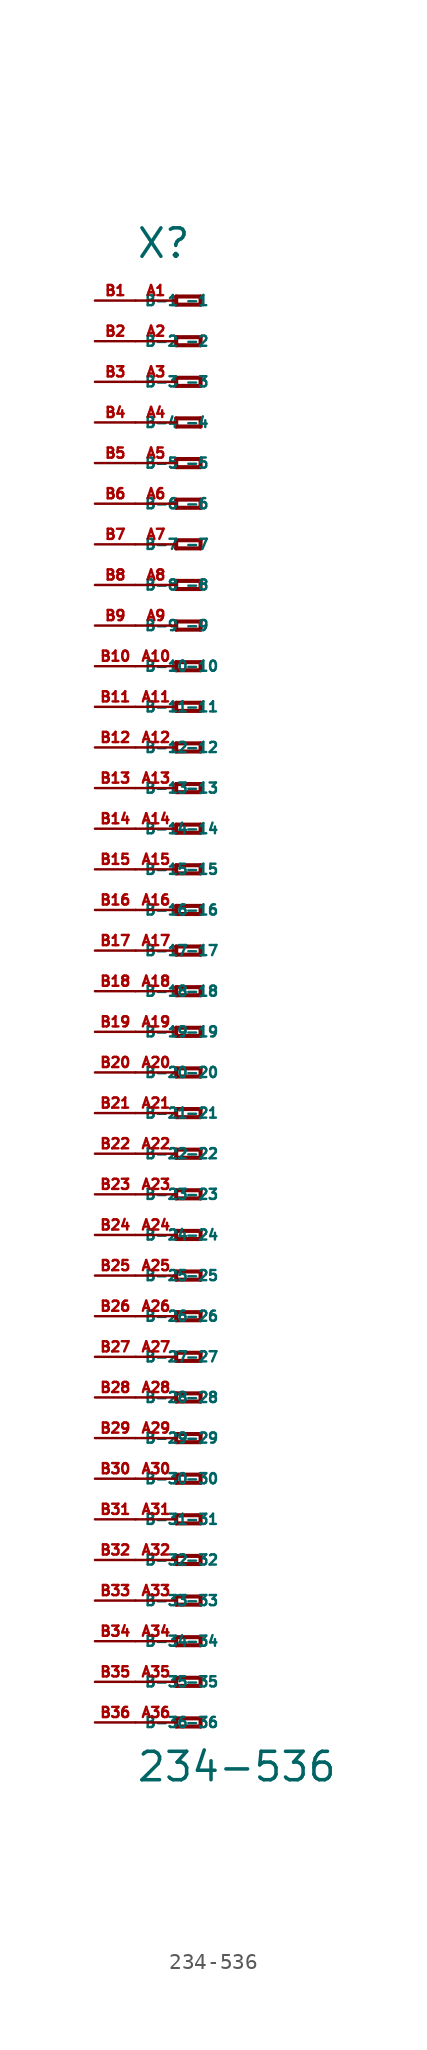
<source format=kicad_sym>
(kicad_symbol_lib
  (version 20220914)
  (generator Eagle2Kicad)
  (symbol "234-536"
    (property "Reference" "X"
      (at -5.08 45.72 0)
      (effects (font (size 1.778 1.778) (thickness 0.22)) (justify left bottom)))
    (property "Value" "234-536"
      (at -5.08 -49.53 0)
      (effects (font (size 1.778 1.778) (thickness 0.22)) (justify left bottom)))
    (polyline
      (pts (xy -2.54 43.434) (xy -2.54 42.926))
      (stroke (width 0.254) (type default))
      (fill (type none)))
    (polyline
      (pts (xy -2.54 42.926) (xy -1.016 42.926))
      (stroke (width 0.254) (type default))
      (fill (type none)))
    (polyline
      (pts (xy -1.016 42.926) (xy -1.016 43.434))
      (stroke (width 0.254) (type default))
      (fill (type none)))
    (polyline
      (pts (xy -1.016 43.434) (xy -2.54 43.434))
      (stroke (width 0.254) (type default))
      (fill (type none)))
    (polyline
      (pts (xy -2.54 40.894) (xy -2.54 40.386))
      (stroke (width 0.254) (type default))
      (fill (type none)))
    (polyline
      (pts (xy -2.54 40.386) (xy -1.016 40.386))
      (stroke (width 0.254) (type default))
      (fill (type none)))
    (polyline
      (pts (xy -1.016 40.386) (xy -1.016 40.894))
      (stroke (width 0.254) (type default))
      (fill (type none)))
    (polyline
      (pts (xy -1.016 40.894) (xy -2.54 40.894))
      (stroke (width 0.254) (type default))
      (fill (type none)))
    (polyline
      (pts (xy -2.54 38.354) (xy -2.54 37.846))
      (stroke (width 0.254) (type default))
      (fill (type none)))
    (polyline
      (pts (xy -2.54 37.846) (xy -1.016 37.846))
      (stroke (width 0.254) (type default))
      (fill (type none)))
    (polyline
      (pts (xy -1.016 37.846) (xy -1.016 38.354))
      (stroke (width 0.254) (type default))
      (fill (type none)))
    (polyline
      (pts (xy -1.016 38.354) (xy -2.54 38.354))
      (stroke (width 0.254) (type default))
      (fill (type none)))
    (polyline
      (pts (xy -2.54 35.814) (xy -2.54 35.306))
      (stroke (width 0.254) (type default))
      (fill (type none)))
    (polyline
      (pts (xy -2.54 35.306) (xy -1.016 35.306))
      (stroke (width 0.254) (type default))
      (fill (type none)))
    (polyline
      (pts (xy -1.016 35.306) (xy -1.016 35.814))
      (stroke (width 0.254) (type default))
      (fill (type none)))
    (polyline
      (pts (xy -1.016 35.814) (xy -2.54 35.814))
      (stroke (width 0.254) (type default))
      (fill (type none)))
    (polyline
      (pts (xy -2.54 33.274) (xy -2.54 32.766))
      (stroke (width 0.254) (type default))
      (fill (type none)))
    (polyline
      (pts (xy -2.54 32.766) (xy -1.016 32.766))
      (stroke (width 0.254) (type default))
      (fill (type none)))
    (polyline
      (pts (xy -1.016 32.766) (xy -1.016 33.274))
      (stroke (width 0.254) (type default))
      (fill (type none)))
    (polyline
      (pts (xy -1.016 33.274) (xy -2.54 33.274))
      (stroke (width 0.254) (type default))
      (fill (type none)))
    (polyline
      (pts (xy -2.54 30.734) (xy -2.54 30.226))
      (stroke (width 0.254) (type default))
      (fill (type none)))
    (polyline
      (pts (xy -2.54 30.226) (xy -1.016 30.226))
      (stroke (width 0.254) (type default))
      (fill (type none)))
    (polyline
      (pts (xy -1.016 30.226) (xy -1.016 30.734))
      (stroke (width 0.254) (type default))
      (fill (type none)))
    (polyline
      (pts (xy -1.016 30.734) (xy -2.54 30.734))
      (stroke (width 0.254) (type default))
      (fill (type none)))
    (polyline
      (pts (xy -2.54 28.194) (xy -2.54 27.686))
      (stroke (width 0.254) (type default))
      (fill (type none)))
    (polyline
      (pts (xy -2.54 27.686) (xy -1.016 27.686))
      (stroke (width 0.254) (type default))
      (fill (type none)))
    (polyline
      (pts (xy -1.016 27.686) (xy -1.016 28.194))
      (stroke (width 0.254) (type default))
      (fill (type none)))
    (polyline
      (pts (xy -1.016 28.194) (xy -2.54 28.194))
      (stroke (width 0.254) (type default))
      (fill (type none)))
    (polyline
      (pts (xy -2.54 25.654) (xy -2.54 25.146))
      (stroke (width 0.254) (type default))
      (fill (type none)))
    (polyline
      (pts (xy -2.54 25.146) (xy -1.016 25.146))
      (stroke (width 0.254) (type default))
      (fill (type none)))
    (polyline
      (pts (xy -1.016 25.146) (xy -1.016 25.654))
      (stroke (width 0.254) (type default))
      (fill (type none)))
    (polyline
      (pts (xy -1.016 25.654) (xy -2.54 25.654))
      (stroke (width 0.254) (type default))
      (fill (type none)))
    (polyline
      (pts (xy -2.54 23.114) (xy -2.54 22.606))
      (stroke (width 0.254) (type default))
      (fill (type none)))
    (polyline
      (pts (xy -2.54 22.606) (xy -1.016 22.606))
      (stroke (width 0.254) (type default))
      (fill (type none)))
    (polyline
      (pts (xy -1.016 22.606) (xy -1.016 23.114))
      (stroke (width 0.254) (type default))
      (fill (type none)))
    (polyline
      (pts (xy -1.016 23.114) (xy -2.54 23.114))
      (stroke (width 0.254) (type default))
      (fill (type none)))
    (polyline
      (pts (xy -2.54 20.574) (xy -2.54 20.066))
      (stroke (width 0.254) (type default))
      (fill (type none)))
    (polyline
      (pts (xy -2.54 20.066) (xy -1.016 20.066))
      (stroke (width 0.254) (type default))
      (fill (type none)))
    (polyline
      (pts (xy -1.016 20.066) (xy -1.016 20.574))
      (stroke (width 0.254) (type default))
      (fill (type none)))
    (polyline
      (pts (xy -1.016 20.574) (xy -2.54 20.574))
      (stroke (width 0.254) (type default))
      (fill (type none)))
    (polyline
      (pts (xy -2.54 18.034) (xy -2.54 17.526))
      (stroke (width 0.254) (type default))
      (fill (type none)))
    (polyline
      (pts (xy -2.54 17.526) (xy -1.016 17.526))
      (stroke (width 0.254) (type default))
      (fill (type none)))
    (polyline
      (pts (xy -1.016 17.526) (xy -1.016 18.034))
      (stroke (width 0.254) (type default))
      (fill (type none)))
    (polyline
      (pts (xy -1.016 18.034) (xy -2.54 18.034))
      (stroke (width 0.254) (type default))
      (fill (type none)))
    (polyline
      (pts (xy -2.54 15.494) (xy -2.54 14.986))
      (stroke (width 0.254) (type default))
      (fill (type none)))
    (polyline
      (pts (xy -2.54 14.986) (xy -1.016 14.986))
      (stroke (width 0.254) (type default))
      (fill (type none)))
    (polyline
      (pts (xy -1.016 14.986) (xy -1.016 15.494))
      (stroke (width 0.254) (type default))
      (fill (type none)))
    (polyline
      (pts (xy -1.016 15.494) (xy -2.54 15.494))
      (stroke (width 0.254) (type default))
      (fill (type none)))
    (polyline
      (pts (xy -2.54 12.954) (xy -2.54 12.446))
      (stroke (width 0.254) (type default))
      (fill (type none)))
    (polyline
      (pts (xy -2.54 12.446) (xy -1.016 12.446))
      (stroke (width 0.254) (type default))
      (fill (type none)))
    (polyline
      (pts (xy -1.016 12.446) (xy -1.016 12.954))
      (stroke (width 0.254) (type default))
      (fill (type none)))
    (polyline
      (pts (xy -1.016 12.954) (xy -2.54 12.954))
      (stroke (width 0.254) (type default))
      (fill (type none)))
    (polyline
      (pts (xy -2.54 10.414) (xy -2.54 9.906))
      (stroke (width 0.254) (type default))
      (fill (type none)))
    (polyline
      (pts (xy -2.54 9.906) (xy -1.016 9.906))
      (stroke (width 0.254) (type default))
      (fill (type none)))
    (polyline
      (pts (xy -1.016 9.906) (xy -1.016 10.414))
      (stroke (width 0.254) (type default))
      (fill (type none)))
    (polyline
      (pts (xy -1.016 10.414) (xy -2.54 10.414))
      (stroke (width 0.254) (type default))
      (fill (type none)))
    (polyline
      (pts (xy -2.54 7.874) (xy -2.54 7.366))
      (stroke (width 0.254) (type default))
      (fill (type none)))
    (polyline
      (pts (xy -2.54 7.366) (xy -1.016 7.366))
      (stroke (width 0.254) (type default))
      (fill (type none)))
    (polyline
      (pts (xy -1.016 7.366) (xy -1.016 7.874))
      (stroke (width 0.254) (type default))
      (fill (type none)))
    (polyline
      (pts (xy -1.016 7.874) (xy -2.54 7.874))
      (stroke (width 0.254) (type default))
      (fill (type none)))
    (polyline
      (pts (xy -2.54 5.334) (xy -2.54 4.826))
      (stroke (width 0.254) (type default))
      (fill (type none)))
    (polyline
      (pts (xy -2.54 4.826) (xy -1.016 4.826))
      (stroke (width 0.254) (type default))
      (fill (type none)))
    (polyline
      (pts (xy -1.016 4.826) (xy -1.016 5.334))
      (stroke (width 0.254) (type default))
      (fill (type none)))
    (polyline
      (pts (xy -1.016 5.334) (xy -2.54 5.334))
      (stroke (width 0.254) (type default))
      (fill (type none)))
    (polyline
      (pts (xy -2.54 2.794) (xy -2.54 2.286))
      (stroke (width 0.254) (type default))
      (fill (type none)))
    (polyline
      (pts (xy -2.54 2.286) (xy -1.016 2.286))
      (stroke (width 0.254) (type default))
      (fill (type none)))
    (polyline
      (pts (xy -1.016 2.286) (xy -1.016 2.794))
      (stroke (width 0.254) (type default))
      (fill (type none)))
    (polyline
      (pts (xy -1.016 2.794) (xy -2.54 2.794))
      (stroke (width 0.254) (type default))
      (fill (type none)))
    (polyline
      (pts (xy -2.54 0.254) (xy -2.54 -0.254))
      (stroke (width 0.254) (type default))
      (fill (type none)))
    (polyline
      (pts (xy -2.54 -0.254) (xy -1.016 -0.254))
      (stroke (width 0.254) (type default))
      (fill (type none)))
    (polyline
      (pts (xy -1.016 -0.254) (xy -1.016 0.254))
      (stroke (width 0.254) (type default))
      (fill (type none)))
    (polyline
      (pts (xy -1.016 0.254) (xy -2.54 0.254))
      (stroke (width 0.254) (type default))
      (fill (type none)))
    (polyline
      (pts (xy -2.54 -2.286) (xy -2.54 -2.794))
      (stroke (width 0.254) (type default))
      (fill (type none)))
    (polyline
      (pts (xy -2.54 -2.794) (xy -1.016 -2.794))
      (stroke (width 0.254) (type default))
      (fill (type none)))
    (polyline
      (pts (xy -1.016 -2.794) (xy -1.016 -2.286))
      (stroke (width 0.254) (type default))
      (fill (type none)))
    (polyline
      (pts (xy -1.016 -2.286) (xy -2.54 -2.286))
      (stroke (width 0.254) (type default))
      (fill (type none)))
    (polyline
      (pts (xy -2.54 -4.826) (xy -2.54 -5.334))
      (stroke (width 0.254) (type default))
      (fill (type none)))
    (polyline
      (pts (xy -2.54 -5.334) (xy -1.016 -5.334))
      (stroke (width 0.254) (type default))
      (fill (type none)))
    (polyline
      (pts (xy -1.016 -5.334) (xy -1.016 -4.826))
      (stroke (width 0.254) (type default))
      (fill (type none)))
    (polyline
      (pts (xy -1.016 -4.826) (xy -2.54 -4.826))
      (stroke (width 0.254) (type default))
      (fill (type none)))
    (polyline
      (pts (xy -2.54 -7.366) (xy -2.54 -7.874))
      (stroke (width 0.254) (type default))
      (fill (type none)))
    (polyline
      (pts (xy -2.54 -7.874) (xy -1.016 -7.874))
      (stroke (width 0.254) (type default))
      (fill (type none)))
    (polyline
      (pts (xy -1.016 -7.874) (xy -1.016 -7.366))
      (stroke (width 0.254) (type default))
      (fill (type none)))
    (polyline
      (pts (xy -1.016 -7.366) (xy -2.54 -7.366))
      (stroke (width 0.254) (type default))
      (fill (type none)))
    (polyline
      (pts (xy -2.54 -9.906) (xy -2.54 -10.414))
      (stroke (width 0.254) (type default))
      (fill (type none)))
    (polyline
      (pts (xy -2.54 -10.414) (xy -1.016 -10.414))
      (stroke (width 0.254) (type default))
      (fill (type none)))
    (polyline
      (pts (xy -1.016 -10.414) (xy -1.016 -9.906))
      (stroke (width 0.254) (type default))
      (fill (type none)))
    (polyline
      (pts (xy -1.016 -9.906) (xy -2.54 -9.906))
      (stroke (width 0.254) (type default))
      (fill (type none)))
    (polyline
      (pts (xy -2.54 -12.446) (xy -2.54 -12.954))
      (stroke (width 0.254) (type default))
      (fill (type none)))
    (polyline
      (pts (xy -2.54 -12.954) (xy -1.016 -12.954))
      (stroke (width 0.254) (type default))
      (fill (type none)))
    (polyline
      (pts (xy -1.016 -12.954) (xy -1.016 -12.446))
      (stroke (width 0.254) (type default))
      (fill (type none)))
    (polyline
      (pts (xy -1.016 -12.446) (xy -2.54 -12.446))
      (stroke (width 0.254) (type default))
      (fill (type none)))
    (polyline
      (pts (xy -2.54 -14.986) (xy -2.54 -15.494))
      (stroke (width 0.254) (type default))
      (fill (type none)))
    (polyline
      (pts (xy -2.54 -15.494) (xy -1.016 -15.494))
      (stroke (width 0.254) (type default))
      (fill (type none)))
    (polyline
      (pts (xy -1.016 -15.494) (xy -1.016 -14.986))
      (stroke (width 0.254) (type default))
      (fill (type none)))
    (polyline
      (pts (xy -1.016 -14.986) (xy -2.54 -14.986))
      (stroke (width 0.254) (type default))
      (fill (type none)))
    (polyline
      (pts (xy -2.54 -17.526) (xy -2.54 -18.034))
      (stroke (width 0.254) (type default))
      (fill (type none)))
    (polyline
      (pts (xy -2.54 -18.034) (xy -1.016 -18.034))
      (stroke (width 0.254) (type default))
      (fill (type none)))
    (polyline
      (pts (xy -1.016 -18.034) (xy -1.016 -17.526))
      (stroke (width 0.254) (type default))
      (fill (type none)))
    (polyline
      (pts (xy -1.016 -17.526) (xy -2.54 -17.526))
      (stroke (width 0.254) (type default))
      (fill (type none)))
    (polyline
      (pts (xy -2.54 -20.066) (xy -2.54 -20.574))
      (stroke (width 0.254) (type default))
      (fill (type none)))
    (polyline
      (pts (xy -2.54 -20.574) (xy -1.016 -20.574))
      (stroke (width 0.254) (type default))
      (fill (type none)))
    (polyline
      (pts (xy -1.016 -20.574) (xy -1.016 -20.066))
      (stroke (width 0.254) (type default))
      (fill (type none)))
    (polyline
      (pts (xy -1.016 -20.066) (xy -2.54 -20.066))
      (stroke (width 0.254) (type default))
      (fill (type none)))
    (polyline
      (pts (xy -2.54 -22.606) (xy -2.54 -23.114))
      (stroke (width 0.254) (type default))
      (fill (type none)))
    (polyline
      (pts (xy -2.54 -23.114) (xy -1.016 -23.114))
      (stroke (width 0.254) (type default))
      (fill (type none)))
    (polyline
      (pts (xy -1.016 -23.114) (xy -1.016 -22.606))
      (stroke (width 0.254) (type default))
      (fill (type none)))
    (polyline
      (pts (xy -1.016 -22.606) (xy -2.54 -22.606))
      (stroke (width 0.254) (type default))
      (fill (type none)))
    (polyline
      (pts (xy -2.54 -25.146) (xy -2.54 -25.654))
      (stroke (width 0.254) (type default))
      (fill (type none)))
    (polyline
      (pts (xy -2.54 -25.654) (xy -1.016 -25.654))
      (stroke (width 0.254) (type default))
      (fill (type none)))
    (polyline
      (pts (xy -1.016 -25.654) (xy -1.016 -25.146))
      (stroke (width 0.254) (type default))
      (fill (type none)))
    (polyline
      (pts (xy -1.016 -25.146) (xy -2.54 -25.146))
      (stroke (width 0.254) (type default))
      (fill (type none)))
    (polyline
      (pts (xy -2.54 -27.686) (xy -2.54 -28.194))
      (stroke (width 0.254) (type default))
      (fill (type none)))
    (polyline
      (pts (xy -2.54 -28.194) (xy -1.016 -28.194))
      (stroke (width 0.254) (type default))
      (fill (type none)))
    (polyline
      (pts (xy -1.016 -28.194) (xy -1.016 -27.686))
      (stroke (width 0.254) (type default))
      (fill (type none)))
    (polyline
      (pts (xy -1.016 -27.686) (xy -2.54 -27.686))
      (stroke (width 0.254) (type default))
      (fill (type none)))
    (polyline
      (pts (xy -2.54 -30.226) (xy -2.54 -30.734))
      (stroke (width 0.254) (type default))
      (fill (type none)))
    (polyline
      (pts (xy -2.54 -30.734) (xy -1.016 -30.734))
      (stroke (width 0.254) (type default))
      (fill (type none)))
    (polyline
      (pts (xy -1.016 -30.734) (xy -1.016 -30.226))
      (stroke (width 0.254) (type default))
      (fill (type none)))
    (polyline
      (pts (xy -1.016 -30.226) (xy -2.54 -30.226))
      (stroke (width 0.254) (type default))
      (fill (type none)))
    (polyline
      (pts (xy -2.54 -32.766) (xy -2.54 -33.274))
      (stroke (width 0.254) (type default))
      (fill (type none)))
    (polyline
      (pts (xy -2.54 -33.274) (xy -1.016 -33.274))
      (stroke (width 0.254) (type default))
      (fill (type none)))
    (polyline
      (pts (xy -1.016 -33.274) (xy -1.016 -32.766))
      (stroke (width 0.254) (type default))
      (fill (type none)))
    (polyline
      (pts (xy -1.016 -32.766) (xy -2.54 -32.766))
      (stroke (width 0.254) (type default))
      (fill (type none)))
    (polyline
      (pts (xy -2.54 -35.306) (xy -2.54 -35.814))
      (stroke (width 0.254) (type default))
      (fill (type none)))
    (polyline
      (pts (xy -2.54 -35.814) (xy -1.016 -35.814))
      (stroke (width 0.254) (type default))
      (fill (type none)))
    (polyline
      (pts (xy -1.016 -35.814) (xy -1.016 -35.306))
      (stroke (width 0.254) (type default))
      (fill (type none)))
    (polyline
      (pts (xy -1.016 -35.306) (xy -2.54 -35.306))
      (stroke (width 0.254) (type default))
      (fill (type none)))
    (polyline
      (pts (xy -2.54 -37.846) (xy -2.54 -38.354))
      (stroke (width 0.254) (type default))
      (fill (type none)))
    (polyline
      (pts (xy -2.54 -38.354) (xy -1.016 -38.354))
      (stroke (width 0.254) (type default))
      (fill (type none)))
    (polyline
      (pts (xy -1.016 -38.354) (xy -1.016 -37.846))
      (stroke (width 0.254) (type default))
      (fill (type none)))
    (polyline
      (pts (xy -1.016 -37.846) (xy -2.54 -37.846))
      (stroke (width 0.254) (type default))
      (fill (type none)))
    (polyline
      (pts (xy -2.54 -40.386) (xy -2.54 -40.894))
      (stroke (width 0.254) (type default))
      (fill (type none)))
    (polyline
      (pts (xy -2.54 -40.894) (xy -1.016 -40.894))
      (stroke (width 0.254) (type default))
      (fill (type none)))
    (polyline
      (pts (xy -1.016 -40.894) (xy -1.016 -40.386))
      (stroke (width 0.254) (type default))
      (fill (type none)))
    (polyline
      (pts (xy -1.016 -40.386) (xy -2.54 -40.386))
      (stroke (width 0.254) (type default))
      (fill (type none)))
    (polyline
      (pts (xy -2.54 -42.926) (xy -2.54 -43.434))
      (stroke (width 0.254) (type default))
      (fill (type none)))
    (polyline
      (pts (xy -2.54 -43.434) (xy -1.016 -43.434))
      (stroke (width 0.254) (type default))
      (fill (type none)))
    (polyline
      (pts (xy -1.016 -43.434) (xy -1.016 -42.926))
      (stroke (width 0.254) (type default))
      (fill (type none)))
    (polyline
      (pts (xy -1.016 -42.926) (xy -2.54 -42.926))
      (stroke (width 0.254) (type default))
      (fill (type none)))
    (polyline
      (pts (xy -2.54 -45.466) (xy -2.54 -45.974))
      (stroke (width 0.254) (type default))
      (fill (type none)))
    (polyline
      (pts (xy -2.54 -45.974) (xy -1.016 -45.974))
      (stroke (width 0.254) (type default))
      (fill (type none)))
    (polyline
      (pts (xy -1.016 -45.974) (xy -1.016 -45.466))
      (stroke (width 0.254) (type default))
      (fill (type none)))
    (polyline
      (pts (xy -1.016 -45.466) (xy -2.54 -45.466))
      (stroke (width 0.254) (type default))
      (fill (type none)))
    (pin passive line
      (at -5.08 43.18 0)
      (length 2.54)
      (name "-1" (effects (font (size 0.635 0.635) (thickness 0.08)) (justify left bottom)))
      (number "A1" (effects (font (size 0.635 0.635) (thickness 0.08)) (justify left bottom))))
    (pin passive line
      (at -5.08 40.64 0)
      (length 2.54)
      (name "-2" (effects (font (size 0.635 0.635) (thickness 0.08)) (justify left bottom)))
      (number "A2" (effects (font (size 0.635 0.635) (thickness 0.08)) (justify left bottom))))
    (pin passive line
      (at -5.08 38.1 0)
      (length 2.54)
      (name "-3" (effects (font (size 0.635 0.635) (thickness 0.08)) (justify left bottom)))
      (number "A3" (effects (font (size 0.635 0.635) (thickness 0.08)) (justify left bottom))))
    (pin passive line
      (at -5.08 35.56 0)
      (length 2.54)
      (name "-4" (effects (font (size 0.635 0.635) (thickness 0.08)) (justify left bottom)))
      (number "A4" (effects (font (size 0.635 0.635) (thickness 0.08)) (justify left bottom))))
    (pin passive line
      (at -5.08 33.02 0)
      (length 2.54)
      (name "-5" (effects (font (size 0.635 0.635) (thickness 0.08)) (justify left bottom)))
      (number "A5" (effects (font (size 0.635 0.635) (thickness 0.08)) (justify left bottom))))
    (pin passive line
      (at -5.08 30.48 0)
      (length 2.54)
      (name "-6" (effects (font (size 0.635 0.635) (thickness 0.08)) (justify left bottom)))
      (number "A6" (effects (font (size 0.635 0.635) (thickness 0.08)) (justify left bottom))))
    (pin passive line
      (at -5.08 27.94 0)
      (length 2.54)
      (name "-7" (effects (font (size 0.635 0.635) (thickness 0.08)) (justify left bottom)))
      (number "A7" (effects (font (size 0.635 0.635) (thickness 0.08)) (justify left bottom))))
    (pin passive line
      (at -5.08 25.4 0)
      (length 2.54)
      (name "-8" (effects (font (size 0.635 0.635) (thickness 0.08)) (justify left bottom)))
      (number "A8" (effects (font (size 0.635 0.635) (thickness 0.08)) (justify left bottom))))
    (pin passive line
      (at -5.08 22.86 0)
      (length 2.54)
      (name "-9" (effects (font (size 0.635 0.635) (thickness 0.08)) (justify left bottom)))
      (number "A9" (effects (font (size 0.635 0.635) (thickness 0.08)) (justify left bottom))))
    (pin passive line
      (at -5.08 20.32 0)
      (length 2.54)
      (name "-10" (effects (font (size 0.635 0.635) (thickness 0.08)) (justify left bottom)))
      (number "A10" (effects (font (size 0.635 0.635) (thickness 0.08)) (justify left bottom))))
    (pin passive line
      (at -5.08 17.78 0)
      (length 2.54)
      (name "-11" (effects (font (size 0.635 0.635) (thickness 0.08)) (justify left bottom)))
      (number "A11" (effects (font (size 0.635 0.635) (thickness 0.08)) (justify left bottom))))
    (pin passive line
      (at -5.08 15.24 0)
      (length 2.54)
      (name "-12" (effects (font (size 0.635 0.635) (thickness 0.08)) (justify left bottom)))
      (number "A12" (effects (font (size 0.635 0.635) (thickness 0.08)) (justify left bottom))))
    (pin passive line
      (at -5.08 12.7 0)
      (length 2.54)
      (name "-13" (effects (font (size 0.635 0.635) (thickness 0.08)) (justify left bottom)))
      (number "A13" (effects (font (size 0.635 0.635) (thickness 0.08)) (justify left bottom))))
    (pin passive line
      (at -5.08 10.16 0)
      (length 2.54)
      (name "-14" (effects (font (size 0.635 0.635) (thickness 0.08)) (justify left bottom)))
      (number "A14" (effects (font (size 0.635 0.635) (thickness 0.08)) (justify left bottom))))
    (pin passive line
      (at -5.08 7.62 0)
      (length 2.54)
      (name "-15" (effects (font (size 0.635 0.635) (thickness 0.08)) (justify left bottom)))
      (number "A15" (effects (font (size 0.635 0.635) (thickness 0.08)) (justify left bottom))))
    (pin passive line
      (at -5.08 5.08 0)
      (length 2.54)
      (name "-16" (effects (font (size 0.635 0.635) (thickness 0.08)) (justify left bottom)))
      (number "A16" (effects (font (size 0.635 0.635) (thickness 0.08)) (justify left bottom))))
    (pin passive line
      (at -5.08 2.54 0)
      (length 2.54)
      (name "-17" (effects (font (size 0.635 0.635) (thickness 0.08)) (justify left bottom)))
      (number "A17" (effects (font (size 0.635 0.635) (thickness 0.08)) (justify left bottom))))
    (pin passive line
      (at -5.08 0 0)
      (length 2.54)
      (name "-18" (effects (font (size 0.635 0.635) (thickness 0.08)) (justify left bottom)))
      (number "A18" (effects (font (size 0.635 0.635) (thickness 0.08)) (justify left bottom))))
    (pin passive line
      (at -5.08 -2.54 0)
      (length 2.54)
      (name "-19" (effects (font (size 0.635 0.635) (thickness 0.08)) (justify left bottom)))
      (number "A19" (effects (font (size 0.635 0.635) (thickness 0.08)) (justify left bottom))))
    (pin passive line
      (at -5.08 -5.08 0)
      (length 2.54)
      (name "-20" (effects (font (size 0.635 0.635) (thickness 0.08)) (justify left bottom)))
      (number "A20" (effects (font (size 0.635 0.635) (thickness 0.08)) (justify left bottom))))
    (pin passive line
      (at -5.08 -7.62 0)
      (length 2.54)
      (name "-21" (effects (font (size 0.635 0.635) (thickness 0.08)) (justify left bottom)))
      (number "A21" (effects (font (size 0.635 0.635) (thickness 0.08)) (justify left bottom))))
    (pin passive line
      (at -5.08 -10.16 0)
      (length 2.54)
      (name "-22" (effects (font (size 0.635 0.635) (thickness 0.08)) (justify left bottom)))
      (number "A22" (effects (font (size 0.635 0.635) (thickness 0.08)) (justify left bottom))))
    (pin passive line
      (at -5.08 -12.7 0)
      (length 2.54)
      (name "-23" (effects (font (size 0.635 0.635) (thickness 0.08)) (justify left bottom)))
      (number "A23" (effects (font (size 0.635 0.635) (thickness 0.08)) (justify left bottom))))
    (pin passive line
      (at -5.08 -15.24 0)
      (length 2.54)
      (name "-24" (effects (font (size 0.635 0.635) (thickness 0.08)) (justify left bottom)))
      (number "A24" (effects (font (size 0.635 0.635) (thickness 0.08)) (justify left bottom))))
    (pin passive line
      (at -5.08 -17.78 0)
      (length 2.54)
      (name "-25" (effects (font (size 0.635 0.635) (thickness 0.08)) (justify left bottom)))
      (number "A25" (effects (font (size 0.635 0.635) (thickness 0.08)) (justify left bottom))))
    (pin passive line
      (at -5.08 -20.32 0)
      (length 2.54)
      (name "-26" (effects (font (size 0.635 0.635) (thickness 0.08)) (justify left bottom)))
      (number "A26" (effects (font (size 0.635 0.635) (thickness 0.08)) (justify left bottom))))
    (pin passive line
      (at -5.08 -22.86 0)
      (length 2.54)
      (name "-27" (effects (font (size 0.635 0.635) (thickness 0.08)) (justify left bottom)))
      (number "A27" (effects (font (size 0.635 0.635) (thickness 0.08)) (justify left bottom))))
    (pin passive line
      (at -5.08 -25.4 0)
      (length 2.54)
      (name "-28" (effects (font (size 0.635 0.635) (thickness 0.08)) (justify left bottom)))
      (number "A28" (effects (font (size 0.635 0.635) (thickness 0.08)) (justify left bottom))))
    (pin passive line
      (at -5.08 -27.94 0)
      (length 2.54)
      (name "-29" (effects (font (size 0.635 0.635) (thickness 0.08)) (justify left bottom)))
      (number "A29" (effects (font (size 0.635 0.635) (thickness 0.08)) (justify left bottom))))
    (pin passive line
      (at -5.08 -30.48 0)
      (length 2.54)
      (name "-30" (effects (font (size 0.635 0.635) (thickness 0.08)) (justify left bottom)))
      (number "A30" (effects (font (size 0.635 0.635) (thickness 0.08)) (justify left bottom))))
    (pin passive line
      (at -5.08 -33.02 0)
      (length 2.54)
      (name "-31" (effects (font (size 0.635 0.635) (thickness 0.08)) (justify left bottom)))
      (number "A31" (effects (font (size 0.635 0.635) (thickness 0.08)) (justify left bottom))))
    (pin passive line
      (at -5.08 -35.56 0)
      (length 2.54)
      (name "-32" (effects (font (size 0.635 0.635) (thickness 0.08)) (justify left bottom)))
      (number "A32" (effects (font (size 0.635 0.635) (thickness 0.08)) (justify left bottom))))
    (pin passive line
      (at -5.08 -38.1 0)
      (length 2.54)
      (name "-33" (effects (font (size 0.635 0.635) (thickness 0.08)) (justify left bottom)))
      (number "A33" (effects (font (size 0.635 0.635) (thickness 0.08)) (justify left bottom))))
    (pin passive line
      (at -5.08 -40.64 0)
      (length 2.54)
      (name "-34" (effects (font (size 0.635 0.635) (thickness 0.08)) (justify left bottom)))
      (number "A34" (effects (font (size 0.635 0.635) (thickness 0.08)) (justify left bottom))))
    (pin passive line
      (at -5.08 -43.18 0)
      (length 2.54)
      (name "-35" (effects (font (size 0.635 0.635) (thickness 0.08)) (justify left bottom)))
      (number "A35" (effects (font (size 0.635 0.635) (thickness 0.08)) (justify left bottom))))
    (pin passive line
      (at -5.08 -45.72 0)
      (length 2.54)
      (name "-36" (effects (font (size 0.635 0.635) (thickness 0.08)) (justify left bottom)))
      (number "A36" (effects (font (size 0.635 0.635) (thickness 0.08)) (justify left bottom))))
    (pin passive line
      (at -7.62 -45.72 0)
      (length 2.54)
      (name "B-36" (effects (font (size 0.635 0.635) (thickness 0.08)) (justify left bottom)))
      (number "B36" (effects (font (size 0.635 0.635) (thickness 0.08)) (justify left bottom))))
    (pin passive line
      (at -7.62 43.18 0)
      (length 2.54)
      (name "B-1" (effects (font (size 0.635 0.635) (thickness 0.08)) (justify left bottom)))
      (number "B1" (effects (font (size 0.635 0.635) (thickness 0.08)) (justify left bottom))))
    (pin passive line
      (at -7.62 40.64 0)
      (length 2.54)
      (name "B-2" (effects (font (size 0.635 0.635) (thickness 0.08)) (justify left bottom)))
      (number "B2" (effects (font (size 0.635 0.635) (thickness 0.08)) (justify left bottom))))
    (pin passive line
      (at -7.62 38.1 0)
      (length 2.54)
      (name "B-3" (effects (font (size 0.635 0.635) (thickness 0.08)) (justify left bottom)))
      (number "B3" (effects (font (size 0.635 0.635) (thickness 0.08)) (justify left bottom))))
    (pin passive line
      (at -7.62 35.56 0)
      (length 2.54)
      (name "B-4" (effects (font (size 0.635 0.635) (thickness 0.08)) (justify left bottom)))
      (number "B4" (effects (font (size 0.635 0.635) (thickness 0.08)) (justify left bottom))))
    (pin passive line
      (at -7.62 33.02 0)
      (length 2.54)
      (name "B-5" (effects (font (size 0.635 0.635) (thickness 0.08)) (justify left bottom)))
      (number "B5" (effects (font (size 0.635 0.635) (thickness 0.08)) (justify left bottom))))
    (pin passive line
      (at -7.62 30.48 0)
      (length 2.54)
      (name "B-6" (effects (font (size 0.635 0.635) (thickness 0.08)) (justify left bottom)))
      (number "B6" (effects (font (size 0.635 0.635) (thickness 0.08)) (justify left bottom))))
    (pin passive line
      (at -7.62 27.94 0)
      (length 2.54)
      (name "B-7" (effects (font (size 0.635 0.635) (thickness 0.08)) (justify left bottom)))
      (number "B7" (effects (font (size 0.635 0.635) (thickness 0.08)) (justify left bottom))))
    (pin passive line
      (at -7.62 25.4 0)
      (length 2.54)
      (name "B-8" (effects (font (size 0.635 0.635) (thickness 0.08)) (justify left bottom)))
      (number "B8" (effects (font (size 0.635 0.635) (thickness 0.08)) (justify left bottom))))
    (pin passive line
      (at -7.62 22.86 0)
      (length 2.54)
      (name "B-9" (effects (font (size 0.635 0.635) (thickness 0.08)) (justify left bottom)))
      (number "B9" (effects (font (size 0.635 0.635) (thickness 0.08)) (justify left bottom))))
    (pin passive line
      (at -7.62 20.32 0)
      (length 2.54)
      (name "B-10" (effects (font (size 0.635 0.635) (thickness 0.08)) (justify left bottom)))
      (number "B10" (effects (font (size 0.635 0.635) (thickness 0.08)) (justify left bottom))))
    (pin passive line
      (at -7.62 17.78 0)
      (length 2.54)
      (name "B-11" (effects (font (size 0.635 0.635) (thickness 0.08)) (justify left bottom)))
      (number "B11" (effects (font (size 0.635 0.635) (thickness 0.08)) (justify left bottom))))
    (pin passive line
      (at -7.62 15.24 0)
      (length 2.54)
      (name "B-12" (effects (font (size 0.635 0.635) (thickness 0.08)) (justify left bottom)))
      (number "B12" (effects (font (size 0.635 0.635) (thickness 0.08)) (justify left bottom))))
    (pin passive line
      (at -7.62 12.7 0)
      (length 2.54)
      (name "B-13" (effects (font (size 0.635 0.635) (thickness 0.08)) (justify left bottom)))
      (number "B13" (effects (font (size 0.635 0.635) (thickness 0.08)) (justify left bottom))))
    (pin passive line
      (at -7.62 10.16 0)
      (length 2.54)
      (name "B-14" (effects (font (size 0.635 0.635) (thickness 0.08)) (justify left bottom)))
      (number "B14" (effects (font (size 0.635 0.635) (thickness 0.08)) (justify left bottom))))
    (pin passive line
      (at -7.62 7.62 0)
      (length 2.54)
      (name "B-15" (effects (font (size 0.635 0.635) (thickness 0.08)) (justify left bottom)))
      (number "B15" (effects (font (size 0.635 0.635) (thickness 0.08)) (justify left bottom))))
    (pin passive line
      (at -7.62 5.08 0)
      (length 2.54)
      (name "B-16" (effects (font (size 0.635 0.635) (thickness 0.08)) (justify left bottom)))
      (number "B16" (effects (font (size 0.635 0.635) (thickness 0.08)) (justify left bottom))))
    (pin passive line
      (at -7.62 2.54 0)
      (length 2.54)
      (name "B-17" (effects (font (size 0.635 0.635) (thickness 0.08)) (justify left bottom)))
      (number "B17" (effects (font (size 0.635 0.635) (thickness 0.08)) (justify left bottom))))
    (pin passive line
      (at -7.62 0 0)
      (length 2.54)
      (name "B-18" (effects (font (size 0.635 0.635) (thickness 0.08)) (justify left bottom)))
      (number "B18" (effects (font (size 0.635 0.635) (thickness 0.08)) (justify left bottom))))
    (pin passive line
      (at -7.62 -2.54 0)
      (length 2.54)
      (name "B-19" (effects (font (size 0.635 0.635) (thickness 0.08)) (justify left bottom)))
      (number "B19" (effects (font (size 0.635 0.635) (thickness 0.08)) (justify left bottom))))
    (pin passive line
      (at -7.62 -5.08 0)
      (length 2.54)
      (name "B-20" (effects (font (size 0.635 0.635) (thickness 0.08)) (justify left bottom)))
      (number "B20" (effects (font (size 0.635 0.635) (thickness 0.08)) (justify left bottom))))
    (pin passive line
      (at -7.62 -7.62 0)
      (length 2.54)
      (name "B-21" (effects (font (size 0.635 0.635) (thickness 0.08)) (justify left bottom)))
      (number "B21" (effects (font (size 0.635 0.635) (thickness 0.08)) (justify left bottom))))
    (pin passive line
      (at -7.62 -10.16 0)
      (length 2.54)
      (name "B-22" (effects (font (size 0.635 0.635) (thickness 0.08)) (justify left bottom)))
      (number "B22" (effects (font (size 0.635 0.635) (thickness 0.08)) (justify left bottom))))
    (pin passive line
      (at -7.62 -12.7 0)
      (length 2.54)
      (name "B-23" (effects (font (size 0.635 0.635) (thickness 0.08)) (justify left bottom)))
      (number "B23" (effects (font (size 0.635 0.635) (thickness 0.08)) (justify left bottom))))
    (pin passive line
      (at -7.62 -15.24 0)
      (length 2.54)
      (name "B-24" (effects (font (size 0.635 0.635) (thickness 0.08)) (justify left bottom)))
      (number "B24" (effects (font (size 0.635 0.635) (thickness 0.08)) (justify left bottom))))
    (pin passive line
      (at -7.62 -17.78 0)
      (length 2.54)
      (name "B-25" (effects (font (size 0.635 0.635) (thickness 0.08)) (justify left bottom)))
      (number "B25" (effects (font (size 0.635 0.635) (thickness 0.08)) (justify left bottom))))
    (pin passive line
      (at -7.62 -20.32 0)
      (length 2.54)
      (name "B-26" (effects (font (size 0.635 0.635) (thickness 0.08)) (justify left bottom)))
      (number "B26" (effects (font (size 0.635 0.635) (thickness 0.08)) (justify left bottom))))
    (pin passive line
      (at -7.62 -22.86 0)
      (length 2.54)
      (name "B-27" (effects (font (size 0.635 0.635) (thickness 0.08)) (justify left bottom)))
      (number "B27" (effects (font (size 0.635 0.635) (thickness 0.08)) (justify left bottom))))
    (pin passive line
      (at -7.62 -25.4 0)
      (length 2.54)
      (name "B-28" (effects (font (size 0.635 0.635) (thickness 0.08)) (justify left bottom)))
      (number "B28" (effects (font (size 0.635 0.635) (thickness 0.08)) (justify left bottom))))
    (pin passive line
      (at -7.62 -27.94 0)
      (length 2.54)
      (name "B-29" (effects (font (size 0.635 0.635) (thickness 0.08)) (justify left bottom)))
      (number "B29" (effects (font (size 0.635 0.635) (thickness 0.08)) (justify left bottom))))
    (pin passive line
      (at -7.62 -30.48 0)
      (length 2.54)
      (name "B-30" (effects (font (size 0.635 0.635) (thickness 0.08)) (justify left bottom)))
      (number "B30" (effects (font (size 0.635 0.635) (thickness 0.08)) (justify left bottom))))
    (pin passive line
      (at -7.62 -33.02 0)
      (length 2.54)
      (name "B-31" (effects (font (size 0.635 0.635) (thickness 0.08)) (justify left bottom)))
      (number "B31" (effects (font (size 0.635 0.635) (thickness 0.08)) (justify left bottom))))
    (pin passive line
      (at -7.62 -35.56 0)
      (length 2.54)
      (name "B-32" (effects (font (size 0.635 0.635) (thickness 0.08)) (justify left bottom)))
      (number "B32" (effects (font (size 0.635 0.635) (thickness 0.08)) (justify left bottom))))
    (pin passive line
      (at -7.62 -38.1 0)
      (length 2.54)
      (name "B-33" (effects (font (size 0.635 0.635) (thickness 0.08)) (justify left bottom)))
      (number "B33" (effects (font (size 0.635 0.635) (thickness 0.08)) (justify left bottom))))
    (pin passive line
      (at -7.62 -40.64 0)
      (length 2.54)
      (name "B-34" (effects (font (size 0.635 0.635) (thickness 0.08)) (justify left bottom)))
      (number "B34" (effects (font (size 0.635 0.635) (thickness 0.08)) (justify left bottom))))
    (pin passive line
      (at -7.62 -43.18 0)
      (length 2.54)
      (name "B-35" (effects (font (size 0.635 0.635) (thickness 0.08)) (justify left bottom)))
      (number "B35" (effects (font (size 0.635 0.635) (thickness 0.08)) (justify left bottom))))))
</source>
